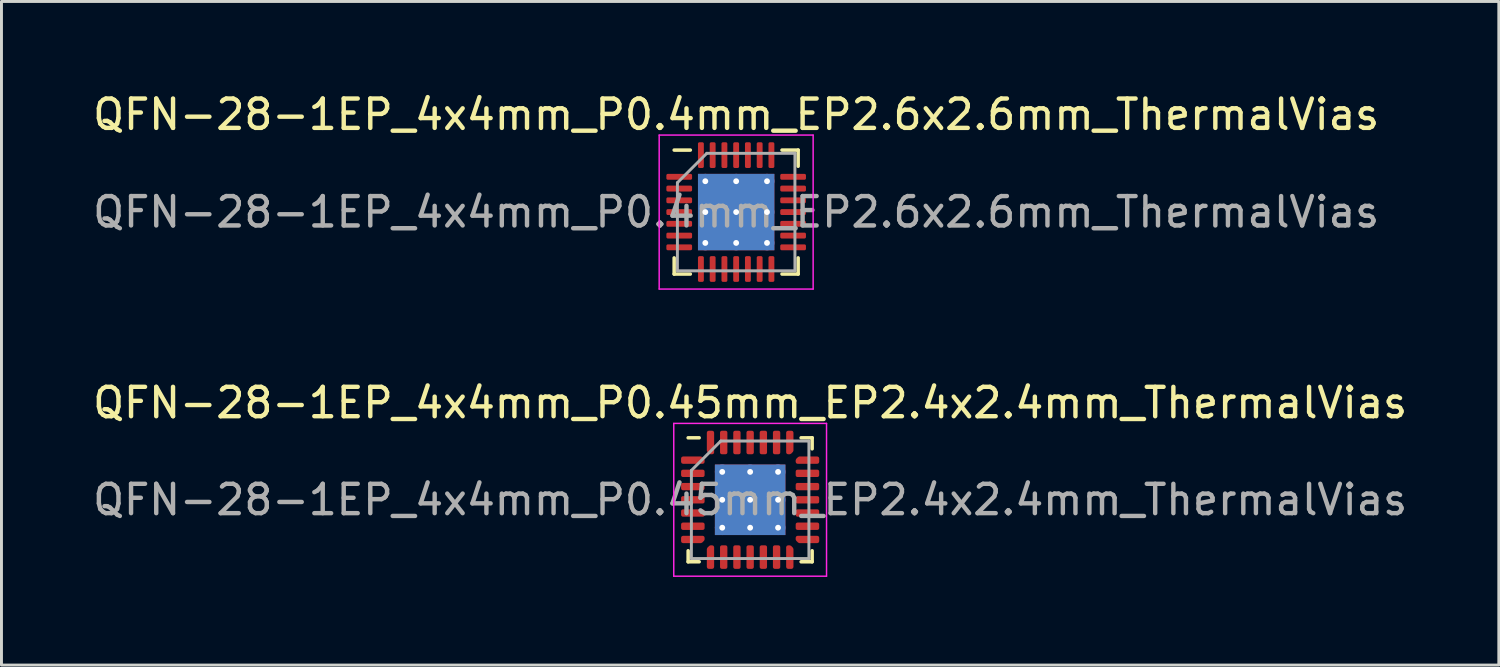
<source format=kicad_pcb>
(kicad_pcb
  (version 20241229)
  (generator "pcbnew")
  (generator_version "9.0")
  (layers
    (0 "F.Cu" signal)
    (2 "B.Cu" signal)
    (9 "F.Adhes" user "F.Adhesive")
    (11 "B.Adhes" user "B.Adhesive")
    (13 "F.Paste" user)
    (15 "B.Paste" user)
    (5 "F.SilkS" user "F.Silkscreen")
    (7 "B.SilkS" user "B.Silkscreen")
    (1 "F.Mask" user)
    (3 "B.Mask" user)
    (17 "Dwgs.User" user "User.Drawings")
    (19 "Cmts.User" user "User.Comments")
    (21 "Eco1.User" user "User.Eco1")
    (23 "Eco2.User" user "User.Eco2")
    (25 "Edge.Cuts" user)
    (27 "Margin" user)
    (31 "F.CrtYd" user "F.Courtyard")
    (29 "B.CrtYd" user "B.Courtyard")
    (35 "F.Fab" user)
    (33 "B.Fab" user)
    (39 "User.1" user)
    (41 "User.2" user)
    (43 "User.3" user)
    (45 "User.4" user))
  (footprint "QFN-28-1EP_4x4mm_P0.4mm_EP2.6x2.6mm_ThermalVias"
    (layer "F.Cu")
    (at 22.006 4.168)
    (property "Reference" "QFN-28-1EP_4x4mm_P0.4mm_EP2.6x2.6mm_ThermalVias" (at 0 -3.32 0) (layer "F.SilkS") (effects (font (size 1 1) (thickness 0.15))))
    (attr smd)
    (fp_line (start -2.11 2.11) (end -2.11 1.56) (stroke (width 0.12) (type solid)) (layer "F.SilkS"))
    (fp_line (start -1.56 -2.11) (end -2.11 -2.11) (stroke (width 0.12) (type solid)) (layer "F.SilkS"))
    (fp_line (start -1.56 2.11) (end -2.11 2.11) (stroke (width 0.12) (type solid)) (layer "F.SilkS"))
    (fp_line (start 1.56 -2.11) (end 2.11 -2.11) (stroke (width 0.12) (type solid)) (layer "F.SilkS"))
    (fp_line (start 1.56 2.11) (end 2.11 2.11) (stroke (width 0.12) (type solid)) (layer "F.SilkS"))
    (fp_line (start 2.11 -2.11) (end 2.11 -1.56) (stroke (width 0.12) (type solid)) (layer "F.SilkS"))
    (fp_line (start 2.11 2.11) (end 2.11 1.56) (stroke (width 0.12) (type solid)) (layer "F.SilkS"))
    (fp_line (start -2.62 -2.62) (end -2.62 2.62) (stroke (width 0.05) (type solid)) (layer "F.CrtYd"))
    (fp_line (start -2.62 2.62) (end 2.62 2.62) (stroke (width 0.05) (type solid)) (layer "F.CrtYd"))
    (fp_line (start 2.62 -2.62) (end -2.62 -2.62) (stroke (width 0.05) (type solid)) (layer "F.CrtYd"))
    (fp_line (start 2.62 2.62) (end 2.62 -2.62) (stroke (width 0.05) (type solid)) (layer "F.CrtYd"))
    (fp_line (start -2 -1) (end -1 -2) (stroke (width 0.1) (type solid)) (layer "F.Fab"))
    (fp_line (start -2 2) (end -2 -1) (stroke (width 0.1) (type solid)) (layer "F.Fab"))
    (fp_line (start -1 -2) (end 2 -2) (stroke (width 0.1) (type solid)) (layer "F.Fab"))
    (fp_line (start 2 -2) (end 2 2) (stroke (width 0.1) (type solid)) (layer "F.Fab"))
    (fp_line (start 2 2) (end -2 2) (stroke (width 0.1) (type solid)) (layer "F.Fab"))
    (fp_text user "${REFERENCE}" (at 0 0 0) (layer "F.Fab") (effects (font (size 1 1) (thickness 0.15))))
    (pad "" smd roundrect (at -0.65 -0.65) (size 1.13 1.13) (layers "F.Paste") (roundrect_rratio 0.221))
    (pad "" smd roundrect (at -0.65 0.65) (size 1.13 1.13) (layers "F.Paste") (roundrect_rratio 0.221))
    (pad "" smd roundrect (at 0.65 -0.65) (size 1.13 1.13) (layers "F.Paste") (roundrect_rratio 0.221))
    (pad "" smd roundrect (at 0.65 0.65) (size 1.13 1.13) (layers "F.Paste") (roundrect_rratio 0.221))
    (pad "1" smd roundrect (at -1.938 -1.2) (size 0.875 0.2) (layers "F.Cu" "F.Mask" "F.Paste") (roundrect_rratio 0.25))
    (pad "2" smd roundrect (at -1.938 -0.8) (size 0.875 0.2) (layers "F.Cu" "F.Mask" "F.Paste") (roundrect_rratio 0.25))
    (pad "3" smd roundrect (at -1.938 -0.4) (size 0.875 0.2) (layers "F.Cu" "F.Mask" "F.Paste") (roundrect_rratio 0.25))
    (pad "4" smd roundrect (at -1.938 0) (size 0.875 0.2) (layers "F.Cu" "F.Mask" "F.Paste") (roundrect_rratio 0.25))
    (pad "5" smd roundrect (at -1.938 0.4) (size 0.875 0.2) (layers "F.Cu" "F.Mask" "F.Paste") (roundrect_rratio 0.25))
    (pad "6" smd roundrect (at -1.938 0.8) (size 0.875 0.2) (layers "F.Cu" "F.Mask" "F.Paste") (roundrect_rratio 0.25))
    (pad "7" smd roundrect (at -1.938 1.2) (size 0.875 0.2) (layers "F.Cu" "F.Mask" "F.Paste") (roundrect_rratio 0.25))
    (pad "8" smd roundrect (at -1.2 1.938) (size 0.2 0.875) (layers "F.Cu" "F.Mask" "F.Paste") (roundrect_rratio 0.25))
    (pad "9" smd roundrect (at -0.8 1.938) (size 0.2 0.875) (layers "F.Cu" "F.Mask" "F.Paste") (roundrect_rratio 0.25))
    (pad "10" smd roundrect (at -0.4 1.938) (size 0.2 0.875) (layers "F.Cu" "F.Mask" "F.Paste") (roundrect_rratio 0.25))
    (pad "11" smd roundrect (at 0 1.938) (size 0.2 0.875) (layers "F.Cu" "F.Mask" "F.Paste") (roundrect_rratio 0.25))
    (pad "12" smd roundrect (at 0.4 1.938) (size 0.2 0.875) (layers "F.Cu" "F.Mask" "F.Paste") (roundrect_rratio 0.25))
    (pad "13" smd roundrect (at 0.8 1.938) (size 0.2 0.875) (layers "F.Cu" "F.Mask" "F.Paste") (roundrect_rratio 0.25))
    (pad "14" smd roundrect (at 1.2 1.938) (size 0.2 0.875) (layers "F.Cu" "F.Mask" "F.Paste") (roundrect_rratio 0.25))
    (pad "15" smd roundrect (at 1.938 1.2) (size 0.875 0.2) (layers "F.Cu" "F.Mask" "F.Paste") (roundrect_rratio 0.25))
    (pad "16" smd roundrect (at 1.938 0.8) (size 0.875 0.2) (layers "F.Cu" "F.Mask" "F.Paste") (roundrect_rratio 0.25))
    (pad "17" smd roundrect (at 1.938 0.4) (size 0.875 0.2) (layers "F.Cu" "F.Mask" "F.Paste") (roundrect_rratio 0.25))
    (pad "18" smd roundrect (at 1.938 0) (size 0.875 0.2) (layers "F.Cu" "F.Mask" "F.Paste") (roundrect_rratio 0.25))
    (pad "19" smd roundrect (at 1.938 -0.4) (size 0.875 0.2) (layers "F.Cu" "F.Mask" "F.Paste") (roundrect_rratio 0.25))
    (pad "20" smd roundrect (at 1.938 -0.8) (size 0.875 0.2) (layers "F.Cu" "F.Mask" "F.Paste") (roundrect_rratio 0.25))
    (pad "21" smd roundrect (at 1.938 -1.2) (size 0.875 0.2) (layers "F.Cu" "F.Mask" "F.Paste") (roundrect_rratio 0.25))
    (pad "22" smd roundrect (at 1.2 -1.938) (size 0.2 0.875) (layers "F.Cu" "F.Mask" "F.Paste") (roundrect_rratio 0.25))
    (pad "23" smd roundrect (at 0.8 -1.938) (size 0.2 0.875) (layers "F.Cu" "F.Mask" "F.Paste") (roundrect_rratio 0.25))
    (pad "24" smd roundrect (at 0.4 -1.938) (size 0.2 0.875) (layers "F.Cu" "F.Mask" "F.Paste") (roundrect_rratio 0.25))
    (pad "25" smd roundrect (at 0 -1.938) (size 0.2 0.875) (layers "F.Cu" "F.Mask" "F.Paste") (roundrect_rratio 0.25))
    (pad "26" smd roundrect (at -0.4 -1.938) (size 0.2 0.875) (layers "F.Cu" "F.Mask" "F.Paste") (roundrect_rratio 0.25))
    (pad "27" smd roundrect (at -0.8 -1.938) (size 0.2 0.875) (layers "F.Cu" "F.Mask" "F.Paste") (roundrect_rratio 0.25))
    (pad "28" smd roundrect (at -1.2 -1.938) (size 0.2 0.875) (layers "F.Cu" "F.Mask" "F.Paste") (roundrect_rratio 0.25))
    (pad "29" thru_hole circle (at -1.05 -1.05) (size 0.5 0.5) (drill 0.2) (layers "*.Cu"))
    (pad "29" thru_hole circle (at -1.05 0) (size 0.5 0.5) (drill 0.2) (layers "*.Cu"))
    (pad "29" thru_hole circle (at -1.05 1.05) (size 0.5 0.5) (drill 0.2) (layers "*.Cu"))
    (pad "29" thru_hole circle (at 0 -1.05) (size 0.5 0.5) (drill 0.2) (layers "*.Cu"))
    (pad "29" thru_hole circle (at 0 0) (size 0.5 0.5) (drill 0.2) (layers "*.Cu"))
    (pad "29" smd rect (at 0 0) (size 2.6 2.6) (layers "F.Cu" "F.Mask"))
    (pad "29" smd rect (at 0 0) (size 2.6 2.6) (layers "B.Cu"))
    (pad "29" thru_hole circle (at 0 1.05) (size 0.5 0.5) (drill 0.2) (layers "*.Cu"))
    (pad "29" thru_hole circle (at 1.05 -1.05) (size 0.5 0.5) (drill 0.2) (layers "*.Cu"))
    (pad "29" thru_hole circle (at 1.05 0) (size 0.5 0.5) (drill 0.2) (layers "*.Cu"))
    (pad "29" thru_hole circle (at 1.05 1.05) (size 0.5 0.5) (drill 0.2) (layers "*.Cu")))
  (footprint "QFN-28-1EP_4x4mm_P0.45mm_EP2.4x2.4mm_ThermalVias"
    (layer "F.Cu")
    (at 22.482 13.961)
    (property "Reference" "QFN-28-1EP_4x4mm_P0.45mm_EP2.4x2.4mm_ThermalVias" (at 0 -3.3 0) (layer "F.SilkS") (effects (font (size 1 1) (thickness 0.15))))
    (attr smd)
    (fp_line (start -2.11 2.11) (end -2.11 1.735) (stroke (width 0.12) (type solid)) (layer "F.SilkS"))
    (fp_line (start -1.735 -2.11) (end -2.11 -2.11) (stroke (width 0.12) (type solid)) (layer "F.SilkS"))
    (fp_line (start -1.735 2.11) (end -2.11 2.11) (stroke (width 0.12) (type solid)) (layer "F.SilkS"))
    (fp_line (start 1.735 -2.11) (end 2.11 -2.11) (stroke (width 0.12) (type solid)) (layer "F.SilkS"))
    (fp_line (start 1.735 2.11) (end 2.11 2.11) (stroke (width 0.12) (type solid)) (layer "F.SilkS"))
    (fp_line (start 2.11 -2.11) (end 2.11 -1.735) (stroke (width 0.12) (type solid)) (layer "F.SilkS"))
    (fp_line (start 2.11 2.11) (end 2.11 1.735) (stroke (width 0.12) (type solid)) (layer "F.SilkS"))
    (fp_line (start -2.6 -2.6) (end -2.6 2.6) (stroke (width 0.05) (type solid)) (layer "F.CrtYd"))
    (fp_line (start -2.6 2.6) (end 2.6 2.6) (stroke (width 0.05) (type solid)) (layer "F.CrtYd"))
    (fp_line (start 2.6 -2.6) (end -2.6 -2.6) (stroke (width 0.05) (type solid)) (layer "F.CrtYd"))
    (fp_line (start 2.6 2.6) (end 2.6 -2.6) (stroke (width 0.05) (type solid)) (layer "F.CrtYd"))
    (fp_line (start -2 -1) (end -1 -2) (stroke (width 0.1) (type solid)) (layer "F.Fab"))
    (fp_line (start -2 2) (end -2 -1) (stroke (width 0.1) (type solid)) (layer "F.Fab"))
    (fp_line (start -1 -2) (end 2 -2) (stroke (width 0.1) (type solid)) (layer "F.Fab"))
    (fp_line (start 2 -2) (end 2 2) (stroke (width 0.1) (type solid)) (layer "F.Fab"))
    (fp_line (start 2 2) (end -2 2) (stroke (width 0.1) (type solid)) (layer "F.Fab"))
    (fp_text user "${REFERENCE}" (at 0 0 0) (layer "F.Fab") (effects (font (size 1 1) (thickness 0.15))))
    (pad "" smd roundrect (at -0.6 -0.6) (size 1.04 1.04) (layers "F.Paste") (roundrect_rratio 0.24))
    (pad "" smd roundrect (at -0.6 0.6) (size 1.04 1.04) (layers "F.Paste") (roundrect_rratio 0.24))
    (pad "" smd roundrect (at 0.6 -0.6) (size 1.04 1.04) (layers "F.Paste") (roundrect_rratio 0.24))
    (pad "" smd roundrect (at 0.6 0.6) (size 1.04 1.04) (layers "F.Paste") (roundrect_rratio 0.24))
    (pad "1" smd custom (at -1.95 -1.35) (size 0.179 0.179) (layers "F.Cu" "F.Mask" "F.Paste") (options (anchor circle)) (primitives (gr_poly (pts (xy -0.338 -0.062) (xy 0.274 -0.062) (xy 0.338 0.001) (xy 0.338 0.062) (xy -0.338 0.062)) (width 0.125) (fill yes))))
    (pad "2" smd roundrect (at -1.95 -0.9) (size 0.8 0.25) (layers "F.Cu" "F.Mask" "F.Paste") (roundrect_rratio 0.25))
    (pad "3" smd roundrect (at -1.95 -0.45) (size 0.8 0.25) (layers "F.Cu" "F.Mask" "F.Paste") (roundrect_rratio 0.25))
    (pad "4" smd roundrect (at -1.95 0) (size 0.8 0.25) (layers "F.Cu" "F.Mask" "F.Paste") (roundrect_rratio 0.25))
    (pad "5" smd roundrect (at -1.95 0.45) (size 0.8 0.25) (layers "F.Cu" "F.Mask" "F.Paste") (roundrect_rratio 0.25))
    (pad "6" smd roundrect (at -1.95 0.9) (size 0.8 0.25) (layers "F.Cu" "F.Mask" "F.Paste") (roundrect_rratio 0.25))
    (pad "7" smd custom (at -1.95 1.35) (size 0.179 0.179) (layers "F.Cu" "F.Mask" "F.Paste") (options (anchor circle)) (primitives (gr_poly (pts (xy -0.338 -0.062) (xy 0.338 -0.062) (xy 0.338 -0.001) (xy 0.274 0.062) (xy -0.338 0.062)) (width 0.125) (fill yes))))
    (pad "8" smd custom (at -1.35 1.95) (size 0.179 0.179) (layers "F.Cu" "F.Mask" "F.Paste") (options (anchor circle)) (primitives (gr_poly (pts (xy -0.062 -0.274) (xy 0.001 -0.338) (xy 0.062 -0.338) (xy 0.062 0.338) (xy -0.062 0.338)) (width 0.125) (fill yes))))
    (pad "9" smd roundrect (at -0.9 1.95) (size 0.25 0.8) (layers "F.Cu" "F.Mask" "F.Paste") (roundrect_rratio 0.25))
    (pad "10" smd roundrect (at -0.45 1.95) (size 0.25 0.8) (layers "F.Cu" "F.Mask" "F.Paste") (roundrect_rratio 0.25))
    (pad "11" smd roundrect (at 0 1.95) (size 0.25 0.8) (layers "F.Cu" "F.Mask" "F.Paste") (roundrect_rratio 0.25))
    (pad "12" smd roundrect (at 0.45 1.95) (size 0.25 0.8) (layers "F.Cu" "F.Mask" "F.Paste") (roundrect_rratio 0.25))
    (pad "13" smd roundrect (at 0.9 1.95) (size 0.25 0.8) (layers "F.Cu" "F.Mask" "F.Paste") (roundrect_rratio 0.25))
    (pad "14" smd custom (at 1.35 1.95) (size 0.179 0.179) (layers "F.Cu" "F.Mask" "F.Paste") (options (anchor circle)) (primitives (gr_poly (pts (xy -0.062 -0.338) (xy -0.001 -0.338) (xy 0.062 -0.274) (xy 0.062 0.338) (xy -0.062 0.338)) (width 0.125) (fill yes))))
    (pad "15" smd custom (at 1.95 1.35) (size 0.179 0.179) (layers "F.Cu" "F.Mask" "F.Paste") (options (anchor circle)) (primitives (gr_poly (pts (xy -0.338 -0.062) (xy 0.338 -0.062) (xy 0.338 0.062) (xy -0.274 0.062) (xy -0.338 -0.001)) (width 0.125) (fill yes))))
    (pad "16" smd roundrect (at 1.95 0.9) (size 0.8 0.25) (layers "F.Cu" "F.Mask" "F.Paste") (roundrect_rratio 0.25))
    (pad "17" smd roundrect (at 1.95 0.45) (size 0.8 0.25) (layers "F.Cu" "F.Mask" "F.Paste") (roundrect_rratio 0.25))
    (pad "18" smd roundrect (at 1.95 0) (size 0.8 0.25) (layers "F.Cu" "F.Mask" "F.Paste") (roundrect_rratio 0.25))
    (pad "19" smd roundrect (at 1.95 -0.45) (size 0.8 0.25) (layers "F.Cu" "F.Mask" "F.Paste") (roundrect_rratio 0.25))
    (pad "20" smd roundrect (at 1.95 -0.9) (size 0.8 0.25) (layers "F.Cu" "F.Mask" "F.Paste") (roundrect_rratio 0.25))
    (pad "21" smd custom (at 1.95 -1.35) (size 0.179 0.179) (layers "F.Cu" "F.Mask" "F.Paste") (options (anchor circle)) (primitives (gr_poly (pts (xy -0.338 0.001) (xy -0.274 -0.062) (xy 0.338 -0.062) (xy 0.338 0.062) (xy -0.338 0.062)) (width 0.125) (fill yes))))
    (pad "22" smd custom (at 1.35 -1.95) (size 0.179 0.179) (layers "F.Cu" "F.Mask" "F.Paste") (options (anchor circle)) (primitives (gr_poly (pts (xy -0.062 -0.338) (xy 0.062 -0.338) (xy 0.062 0.274) (xy -0.001 0.338) (xy -0.062 0.338)) (width 0.125) (fill yes))))
    (pad "23" smd roundrect (at 0.9 -1.95) (size 0.25 0.8) (layers "F.Cu" "F.Mask" "F.Paste") (roundrect_rratio 0.25))
    (pad "24" smd roundrect (at 0.45 -1.95) (size 0.25 0.8) (layers "F.Cu" "F.Mask" "F.Paste") (roundrect_rratio 0.25))
    (pad "25" smd roundrect (at 0 -1.95) (size 0.25 0.8) (layers "F.Cu" "F.Mask" "F.Paste") (roundrect_rratio 0.25))
    (pad "26" smd roundrect (at -0.45 -1.95) (size 0.25 0.8) (layers "F.Cu" "F.Mask" "F.Paste") (roundrect_rratio 0.25))
    (pad "27" smd roundrect (at -0.9 -1.95) (size 0.25 0.8) (layers "F.Cu" "F.Mask" "F.Paste") (roundrect_rratio 0.25))
    (pad "28" smd custom (at -1.35 -1.95) (size 0.179 0.179) (layers "F.Cu" "F.Mask" "F.Paste") (options (anchor circle)) (primitives (gr_poly (pts (xy -0.062 -0.338) (xy 0.062 -0.338) (xy 0.062 0.338) (xy 0.001 0.338) (xy -0.062 0.274)) (width 0.125) (fill yes))))
    (pad "29" thru_hole circle (at -0.95 -0.95) (size 0.5 0.5) (drill 0.2) (layers "*.Cu"))
    (pad "29" thru_hole circle (at -0.95 0) (size 0.5 0.5) (drill 0.2) (layers "*.Cu"))
    (pad "29" thru_hole circle (at -0.95 0.95) (size 0.5 0.5) (drill 0.2) (layers "*.Cu"))
    (pad "29" thru_hole circle (at 0 -0.95) (size 0.5 0.5) (drill 0.2) (layers "*.Cu"))
    (pad "29" thru_hole circle (at 0 0) (size 0.5 0.5) (drill 0.2) (layers "*.Cu"))
    (pad "29" smd rect (at 0 0) (size 2.4 2.4) (layers "F.Cu" "F.Mask"))
    (pad "29" smd rect (at 0 0) (size 2.4 2.4) (layers "B.Cu"))
    (pad "29" thru_hole circle (at 0 0.95) (size 0.5 0.5) (drill 0.2) (layers "*.Cu"))
    (pad "29" thru_hole circle (at 0.95 -0.95) (size 0.5 0.5) (drill 0.2) (layers "*.Cu"))
    (pad "29" thru_hole circle (at 0.95 0) (size 0.5 0.5) (drill 0.2) (layers "*.Cu"))
    (pad "29" thru_hole circle (at 0.95 0.95) (size 0.5 0.5) (drill 0.2) (layers "*.Cu")))
  (gr_rect
    (start -3 -3)
    (end 47.964 19.587)
    (stroke (width 0.1) (type default))
    (fill no)
    (layer "Edge.Cuts")))
</source>
